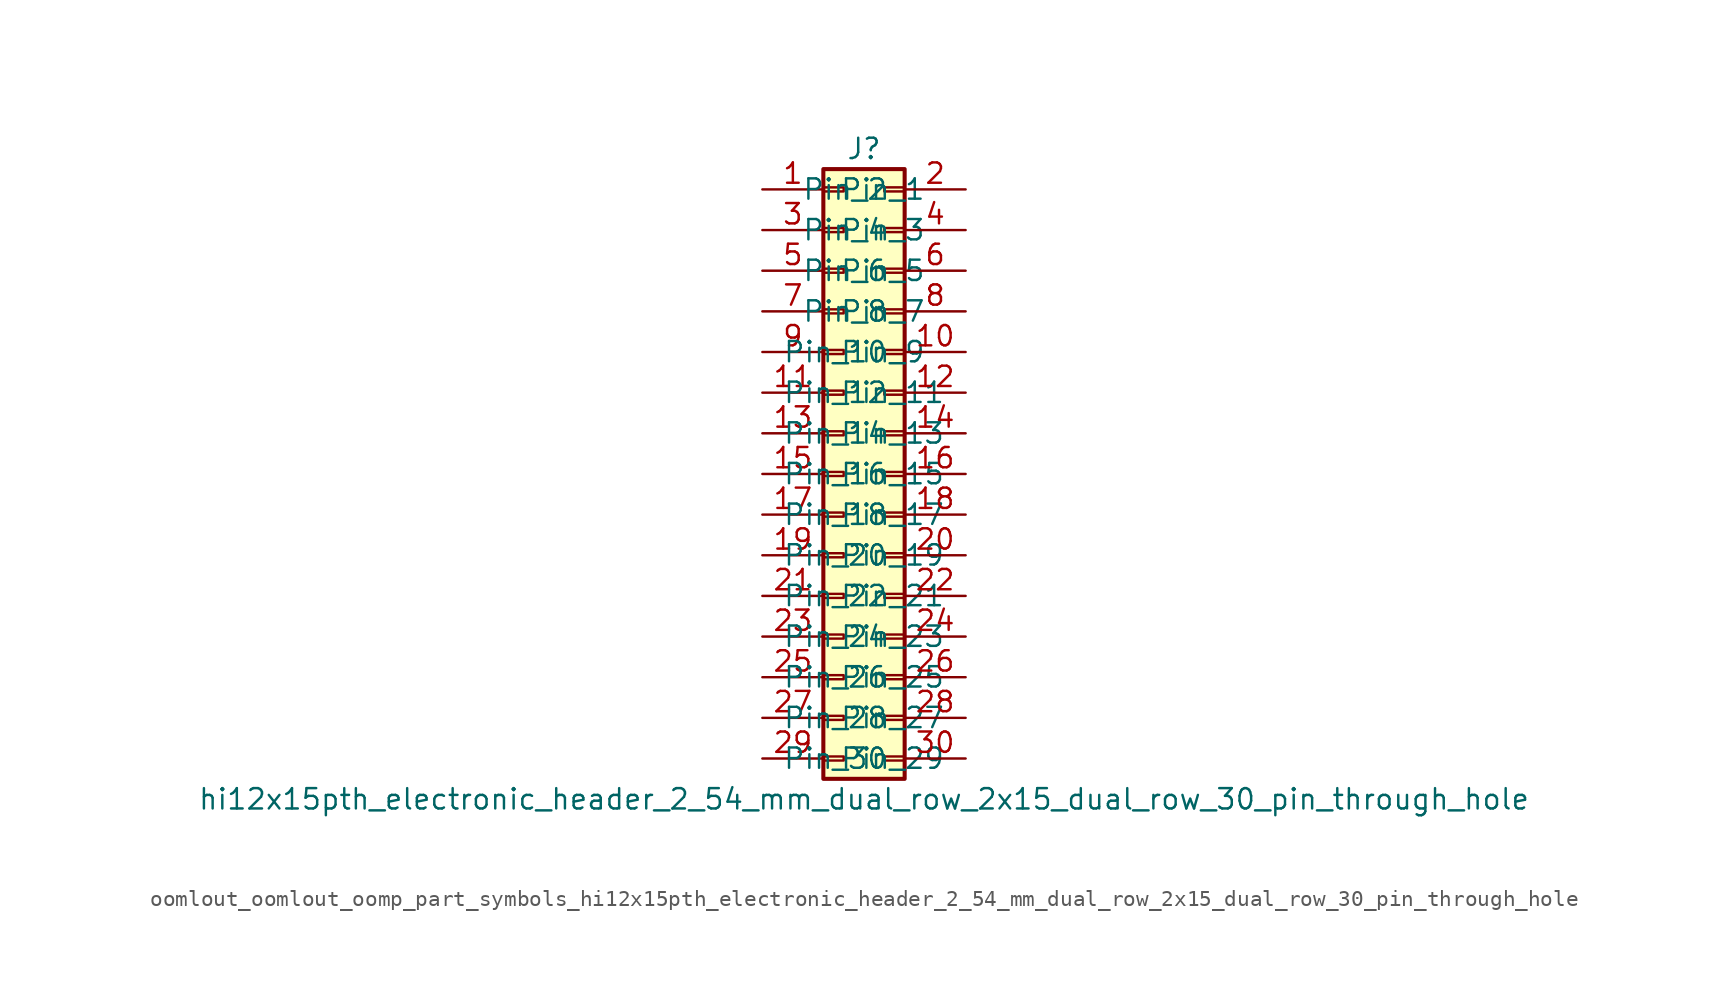
<source format=kicad_sym>
(kicad_symbol_lib
  (version 20220914)
  (generator kicad_symbol_editor)
  (symbol "oomlout_oomlout_oomp_part_symbols_hi12x15pth_electronic_header_2_54_mm_dual_row_2x15_dual_row_30_pin_through_hole"
    (pin_names
      (offset 1.016))
    (property "Reference" "J"
      (at 1.27 20.32 0)
      (effects (font (size 1.27 1.27))))
    (property "Value" "hi12x15pth_electronic_header_2_54_mm_dual_row_2x15_dual_row_30_pin_through_hole"
      (at 1.27 -20.32 0)
      (effects (font (size 1.27 1.27))))
    (symbol "oomlout_oomlout_oomp_part_symbols_hi12x15pth_electronic_header_2_54_mm_dual_row_2x15_dual_row_30_pin_through_hole_1_1"
      (rectangle (start -1.27 -17.653) (end 0 -17.907) (stroke (width 0.152) (type default)) (fill (type none)))
      (rectangle (start -1.27 -15.113) (end 0 -15.367) (stroke (width 0.152) (type default)) (fill (type none)))
      (rectangle (start -1.27 -12.573) (end 0 -12.827) (stroke (width 0.152) (type default)) (fill (type none)))
      (rectangle (start -1.27 -10.033) (end 0 -10.287) (stroke (width 0.152) (type default)) (fill (type none)))
      (rectangle (start -1.27 -7.493) (end 0 -7.747) (stroke (width 0.152) (type default)) (fill (type none)))
      (rectangle (start -1.27 -4.953) (end 0 -5.207) (stroke (width 0.152) (type default)) (fill (type none)))
      (rectangle (start -1.27 -2.413) (end 0 -2.667) (stroke (width 0.152) (type default)) (fill (type none)))
      (rectangle (start -1.27 0.127) (end 0 -0.127) (stroke (width 0.152) (type default)) (fill (type none)))
      (rectangle (start -1.27 2.667) (end 0 2.413) (stroke (width 0.152) (type default)) (fill (type none)))
      (rectangle (start -1.27 5.207) (end 0 4.953) (stroke (width 0.152) (type default)) (fill (type none)))
      (rectangle (start -1.27 7.747) (end 0 7.493) (stroke (width 0.152) (type default)) (fill (type none)))
      (rectangle (start -1.27 10.287) (end 0 10.033) (stroke (width 0.152) (type default)) (fill (type none)))
      (rectangle (start -1.27 12.827) (end 0 12.573) (stroke (width 0.152) (type default)) (fill (type none)))
      (rectangle (start -1.27 15.367) (end 0 15.113) (stroke (width 0.152) (type default)) (fill (type none)))
      (rectangle (start -1.27 17.907) (end 0 17.653) (stroke (width 0.152) (type default)) (fill (type none)))
      (rectangle (start -1.27 19.05) (end 3.81 -19.05) (stroke (width 0.254) (type default)) (fill (type background)))
      (rectangle (start 3.81 -17.653) (end 2.54 -17.907) (stroke (width 0.152) (type default)) (fill (type none)))
      (rectangle (start 3.81 -15.113) (end 2.54 -15.367) (stroke (width 0.152) (type default)) (fill (type none)))
      (rectangle (start 3.81 -12.573) (end 2.54 -12.827) (stroke (width 0.152) (type default)) (fill (type none)))
      (rectangle (start 3.81 -10.033) (end 2.54 -10.287) (stroke (width 0.152) (type default)) (fill (type none)))
      (rectangle (start 3.81 -7.493) (end 2.54 -7.747) (stroke (width 0.152) (type default)) (fill (type none)))
      (rectangle (start 3.81 -4.953) (end 2.54 -5.207) (stroke (width 0.152) (type default)) (fill (type none)))
      (rectangle (start 3.81 -2.413) (end 2.54 -2.667) (stroke (width 0.152) (type default)) (fill (type none)))
      (rectangle (start 3.81 0.127) (end 2.54 -0.127) (stroke (width 0.152) (type default)) (fill (type none)))
      (rectangle (start 3.81 2.667) (end 2.54 2.413) (stroke (width 0.152) (type default)) (fill (type none)))
      (rectangle (start 3.81 5.207) (end 2.54 4.953) (stroke (width 0.152) (type default)) (fill (type none)))
      (rectangle (start 3.81 7.747) (end 2.54 7.493) (stroke (width 0.152) (type default)) (fill (type none)))
      (rectangle (start 3.81 10.287) (end 2.54 10.033) (stroke (width 0.152) (type default)) (fill (type none)))
      (rectangle (start 3.81 12.827) (end 2.54 12.573) (stroke (width 0.152) (type default)) (fill (type none)))
      (rectangle (start 3.81 15.367) (end 2.54 15.113) (stroke (width 0.152) (type default)) (fill (type none)))
      (rectangle (start 3.81 17.907) (end 2.54 17.653) (stroke (width 0.152) (type default)) (fill (type none)))
      (pin passive line (at -5.08 17.78 0) (length 3.81) (name "Pin_1" (effects (font (size 1.27 1.27)))) (number "1" (effects (font (size 1.27 1.27)))))
      (pin passive line (at 7.62 7.62 180) (length 3.81) (name "Pin_10" (effects (font (size 1.27 1.27)))) (number "10" (effects (font (size 1.27 1.27)))))
      (pin passive line (at -5.08 5.08 0) (length 3.81) (name "Pin_11" (effects (font (size 1.27 1.27)))) (number "11" (effects (font (size 1.27 1.27)))))
      (pin passive line (at 7.62 5.08 180) (length 3.81) (name "Pin_12" (effects (font (size 1.27 1.27)))) (number "12" (effects (font (size 1.27 1.27)))))
      (pin passive line (at -5.08 2.54 0) (length 3.81) (name "Pin_13" (effects (font (size 1.27 1.27)))) (number "13" (effects (font (size 1.27 1.27)))))
      (pin passive line (at 7.62 2.54 180) (length 3.81) (name "Pin_14" (effects (font (size 1.27 1.27)))) (number "14" (effects (font (size 1.27 1.27)))))
      (pin passive line (at -5.08 0 0) (length 3.81) (name "Pin_15" (effects (font (size 1.27 1.27)))) (number "15" (effects (font (size 1.27 1.27)))))
      (pin passive line (at 7.62 0 180) (length 3.81) (name "Pin_16" (effects (font (size 1.27 1.27)))) (number "16" (effects (font (size 1.27 1.27)))))
      (pin passive line (at -5.08 -2.54 0) (length 3.81) (name "Pin_17" (effects (font (size 1.27 1.27)))) (number "17" (effects (font (size 1.27 1.27)))))
      (pin passive line (at 7.62 -2.54 180) (length 3.81) (name "Pin_18" (effects (font (size 1.27 1.27)))) (number "18" (effects (font (size 1.27 1.27)))))
      (pin passive line (at -5.08 -5.08 0) (length 3.81) (name "Pin_19" (effects (font (size 1.27 1.27)))) (number "19" (effects (font (size 1.27 1.27)))))
      (pin passive line (at 7.62 17.78 180) (length 3.81) (name "Pin_2" (effects (font (size 1.27 1.27)))) (number "2" (effects (font (size 1.27 1.27)))))
      (pin passive line (at 7.62 -5.08 180) (length 3.81) (name "Pin_20" (effects (font (size 1.27 1.27)))) (number "20" (effects (font (size 1.27 1.27)))))
      (pin passive line (at -5.08 -7.62 0) (length 3.81) (name "Pin_21" (effects (font (size 1.27 1.27)))) (number "21" (effects (font (size 1.27 1.27)))))
      (pin passive line (at 7.62 -7.62 180) (length 3.81) (name "Pin_22" (effects (font (size 1.27 1.27)))) (number "22" (effects (font (size 1.27 1.27)))))
      (pin passive line (at -5.08 -10.16 0) (length 3.81) (name "Pin_23" (effects (font (size 1.27 1.27)))) (number "23" (effects (font (size 1.27 1.27)))))
      (pin passive line (at 7.62 -10.16 180) (length 3.81) (name "Pin_24" (effects (font (size 1.27 1.27)))) (number "24" (effects (font (size 1.27 1.27)))))
      (pin passive line (at -5.08 -12.7 0) (length 3.81) (name "Pin_25" (effects (font (size 1.27 1.27)))) (number "25" (effects (font (size 1.27 1.27)))))
      (pin passive line (at 7.62 -12.7 180) (length 3.81) (name "Pin_26" (effects (font (size 1.27 1.27)))) (number "26" (effects (font (size 1.27 1.27)))))
      (pin passive line (at -5.08 -15.24 0) (length 3.81) (name "Pin_27" (effects (font (size 1.27 1.27)))) (number "27" (effects (font (size 1.27 1.27)))))
      (pin passive line (at 7.62 -15.24 180) (length 3.81) (name "Pin_28" (effects (font (size 1.27 1.27)))) (number "28" (effects (font (size 1.27 1.27)))))
      (pin passive line (at -5.08 -17.78 0) (length 3.81) (name "Pin_29" (effects (font (size 1.27 1.27)))) (number "29" (effects (font (size 1.27 1.27)))))
      (pin passive line (at -5.08 15.24 0) (length 3.81) (name "Pin_3" (effects (font (size 1.27 1.27)))) (number "3" (effects (font (size 1.27 1.27)))))
      (pin passive line (at 7.62 -17.78 180) (length 3.81) (name "Pin_30" (effects (font (size 1.27 1.27)))) (number "30" (effects (font (size 1.27 1.27)))))
      (pin passive line (at 7.62 15.24 180) (length 3.81) (name "Pin_4" (effects (font (size 1.27 1.27)))) (number "4" (effects (font (size 1.27 1.27)))))
      (pin passive line (at -5.08 12.7 0) (length 3.81) (name "Pin_5" (effects (font (size 1.27 1.27)))) (number "5" (effects (font (size 1.27 1.27)))))
      (pin passive line (at 7.62 12.7 180) (length 3.81) (name "Pin_6" (effects (font (size 1.27 1.27)))) (number "6" (effects (font (size 1.27 1.27)))))
      (pin passive line (at -5.08 10.16 0) (length 3.81) (name "Pin_7" (effects (font (size 1.27 1.27)))) (number "7" (effects (font (size 1.27 1.27)))))
      (pin passive line (at 7.62 10.16 180) (length 3.81) (name "Pin_8" (effects (font (size 1.27 1.27)))) (number "8" (effects (font (size 1.27 1.27)))))
      (pin passive line (at -5.08 7.62 0) (length 3.81) (name "Pin_9" (effects (font (size 1.27 1.27)))) (number "9" (effects (font (size 1.27 1.27))))))))
</source>
